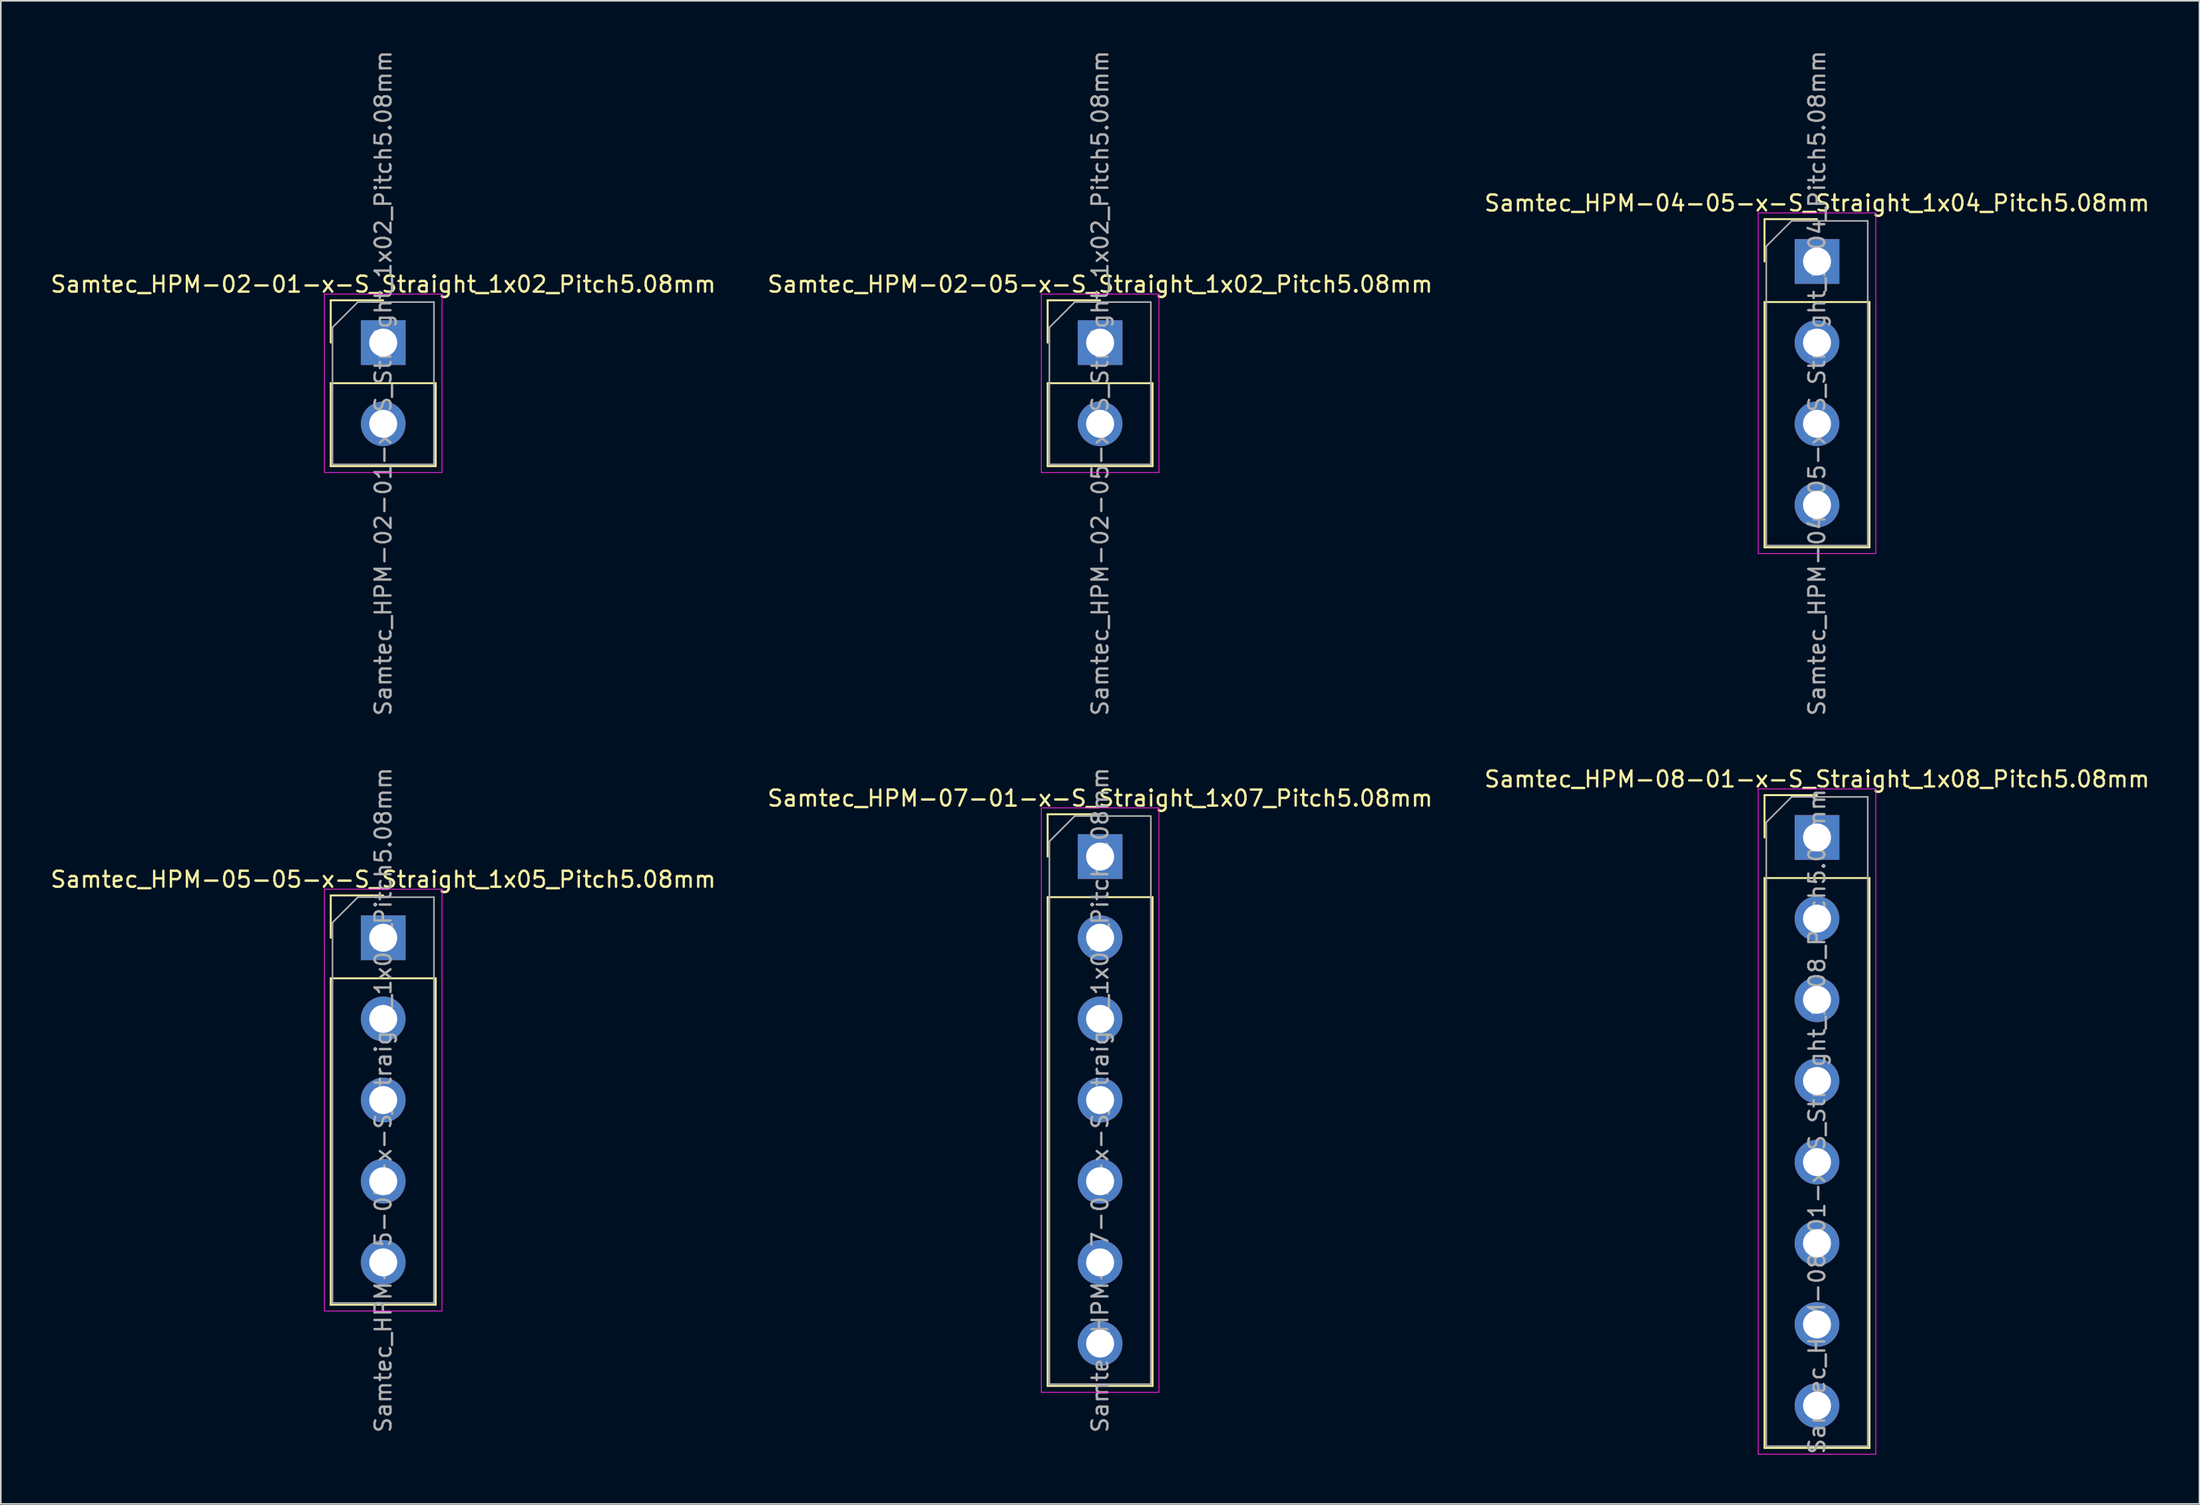
<source format=kicad_pcb>
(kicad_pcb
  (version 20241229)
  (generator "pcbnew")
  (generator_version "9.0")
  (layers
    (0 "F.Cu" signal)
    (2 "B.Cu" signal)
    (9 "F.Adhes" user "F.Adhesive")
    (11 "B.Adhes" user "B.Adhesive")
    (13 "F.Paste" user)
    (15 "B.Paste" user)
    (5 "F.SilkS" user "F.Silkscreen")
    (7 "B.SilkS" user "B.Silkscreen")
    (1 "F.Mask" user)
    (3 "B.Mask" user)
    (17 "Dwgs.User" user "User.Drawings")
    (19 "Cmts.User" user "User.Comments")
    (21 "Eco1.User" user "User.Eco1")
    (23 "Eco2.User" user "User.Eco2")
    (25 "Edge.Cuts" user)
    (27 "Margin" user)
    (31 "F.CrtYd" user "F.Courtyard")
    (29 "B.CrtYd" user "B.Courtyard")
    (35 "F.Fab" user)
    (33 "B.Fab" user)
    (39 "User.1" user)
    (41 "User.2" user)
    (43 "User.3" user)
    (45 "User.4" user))
  (footprint "Samtec_HPM-02-05-x-S_Straight_1x02_Pitch5.08mm"
    (layer "F.Cu")
    (at 65.804 18.395)
    (property "Reference" "Samtec_HPM-02-05-x-S_Straight_1x02_Pitch5.08mm" (at 0 -3.65 0) (layer "F.SilkS") (effects (font (size 1 1) (thickness 0.15))))
    (attr through_hole)
    (fp_line (start -3.285 -2.65) (end 0 -2.65) (stroke (width 0.12) (type solid)) (layer "F.SilkS"))
    (fp_line (start -3.285 0) (end -3.285 -2.65) (stroke (width 0.12) (type solid)) (layer "F.SilkS"))
    (fp_line (start -3.285 2.54) (end -3.285 7.73) (stroke (width 0.12) (type solid)) (layer "F.SilkS"))
    (fp_line (start -3.285 2.54) (end 3.285 2.54) (stroke (width 0.12) (type solid)) (layer "F.SilkS"))
    (fp_line (start -3.285 7.73) (end 3.285 7.73) (stroke (width 0.12) (type solid)) (layer "F.SilkS"))
    (fp_line (start 3.285 2.54) (end 3.285 7.73) (stroke (width 0.12) (type solid)) (layer "F.SilkS"))
    (fp_line (start -3.68 -3.04) (end -3.68 8.13) (stroke (width 0.05) (type solid)) (layer "F.CrtYd"))
    (fp_line (start -3.68 8.13) (end 3.68 8.13) (stroke (width 0.05) (type solid)) (layer "F.CrtYd"))
    (fp_line (start 3.68 -3.04) (end -3.68 -3.04) (stroke (width 0.05) (type solid)) (layer "F.CrtYd"))
    (fp_line (start 3.68 8.13) (end 3.68 -3.04) (stroke (width 0.05) (type solid)) (layer "F.CrtYd"))
    (fp_line (start -3.175 -0.953) (end -1.587 -2.54) (stroke (width 0.1) (type solid)) (layer "F.Fab"))
    (fp_line (start -3.175 7.62) (end -3.175 -0.953) (stroke (width 0.1) (type solid)) (layer "F.Fab"))
    (fp_line (start -1.587 -2.54) (end 3.175 -2.54) (stroke (width 0.1) (type solid)) (layer "F.Fab"))
    (fp_line (start 3.175 -2.54) (end 3.175 7.62) (stroke (width 0.1) (type solid)) (layer "F.Fab"))
    (fp_line (start 3.175 7.62) (end -3.175 7.62) (stroke (width 0.1) (type solid)) (layer "F.Fab"))
    (fp_text user "${REFERENCE}" (at 0 2.54 90) (layer "F.Fab") (effects (font (size 1 1) (thickness 0.15))))
    (pad "1" thru_hole rect (at 0 0) (size 2.8 2.8) (drill 1.75) (layers "*.Cu" "*.Mask"))
    (pad "2" thru_hole circle (at 0 5.08) (size 2.8 2.8) (drill 1.75) (layers "*.Cu" "*.Mask")))
  (footprint "Samtec_HPM-02-01-x-S_Straight_1x02_Pitch5.08mm"
    (layer "F.Cu")
    (at 20.935 18.395)
    (property "Reference" "Samtec_HPM-02-01-x-S_Straight_1x02_Pitch5.08mm" (at 0 -3.65 0) (layer "F.SilkS") (effects (font (size 1 1) (thickness 0.15))))
    (attr through_hole)
    (fp_line (start -3.285 -2.65) (end 0 -2.65) (stroke (width 0.12) (type solid)) (layer "F.SilkS"))
    (fp_line (start -3.285 0) (end -3.285 -2.65) (stroke (width 0.12) (type solid)) (layer "F.SilkS"))
    (fp_line (start -3.285 2.54) (end -3.285 7.73) (stroke (width 0.12) (type solid)) (layer "F.SilkS"))
    (fp_line (start -3.285 2.54) (end 3.285 2.54) (stroke (width 0.12) (type solid)) (layer "F.SilkS"))
    (fp_line (start -3.285 7.73) (end 3.285 7.73) (stroke (width 0.12) (type solid)) (layer "F.SilkS"))
    (fp_line (start 3.285 2.54) (end 3.285 7.73) (stroke (width 0.12) (type solid)) (layer "F.SilkS"))
    (fp_line (start -3.68 -3.04) (end -3.68 8.13) (stroke (width 0.05) (type solid)) (layer "F.CrtYd"))
    (fp_line (start -3.68 8.13) (end 3.68 8.13) (stroke (width 0.05) (type solid)) (layer "F.CrtYd"))
    (fp_line (start 3.68 -3.04) (end -3.68 -3.04) (stroke (width 0.05) (type solid)) (layer "F.CrtYd"))
    (fp_line (start 3.68 8.13) (end 3.68 -3.04) (stroke (width 0.05) (type solid)) (layer "F.CrtYd"))
    (fp_line (start -3.175 -0.953) (end -1.587 -2.54) (stroke (width 0.1) (type solid)) (layer "F.Fab"))
    (fp_line (start -3.175 7.62) (end -3.175 -0.953) (stroke (width 0.1) (type solid)) (layer "F.Fab"))
    (fp_line (start -1.587 -2.54) (end 3.175 -2.54) (stroke (width 0.1) (type solid)) (layer "F.Fab"))
    (fp_line (start 3.175 -2.54) (end 3.175 7.62) (stroke (width 0.1) (type solid)) (layer "F.Fab"))
    (fp_line (start 3.175 7.62) (end -3.175 7.62) (stroke (width 0.1) (type solid)) (layer "F.Fab"))
    (fp_text user "${REFERENCE}" (at 0 2.54 90) (layer "F.Fab") (effects (font (size 1 1) (thickness 0.15))))
    (pad "1" thru_hole rect (at 0 0) (size 2.8 2.8) (drill 1.75) (layers "*.Cu" "*.Mask"))
    (pad "2" thru_hole circle (at 0 5.08) (size 2.8 2.8) (drill 1.75) (layers "*.Cu" "*.Mask")))
  (footprint "Samtec_HPM-05-05-x-S_Straight_1x05_Pitch5.08mm"
    (layer "F.Cu")
    (at 20.935 55.644)
    (property "Reference" "Samtec_HPM-05-05-x-S_Straight_1x05_Pitch5.08mm" (at 0 -3.65 0) (layer "F.SilkS") (effects (font (size 1 1) (thickness 0.15))))
    (attr through_hole)
    (fp_line (start -3.285 -2.65) (end 0 -2.65) (stroke (width 0.12) (type solid)) (layer "F.SilkS"))
    (fp_line (start -3.285 0) (end -3.285 -2.65) (stroke (width 0.12) (type solid)) (layer "F.SilkS"))
    (fp_line (start -3.285 2.54) (end -3.285 22.97) (stroke (width 0.12) (type solid)) (layer "F.SilkS"))
    (fp_line (start -3.285 2.54) (end 3.285 2.54) (stroke (width 0.12) (type solid)) (layer "F.SilkS"))
    (fp_line (start -3.285 22.97) (end 3.285 22.97) (stroke (width 0.12) (type solid)) (layer "F.SilkS"))
    (fp_line (start 3.285 2.54) (end 3.285 22.97) (stroke (width 0.12) (type solid)) (layer "F.SilkS"))
    (fp_line (start -3.68 -3.04) (end -3.68 23.36) (stroke (width 0.05) (type solid)) (layer "F.CrtYd"))
    (fp_line (start -3.68 23.36) (end 3.68 23.36) (stroke (width 0.05) (type solid)) (layer "F.CrtYd"))
    (fp_line (start 3.68 -3.04) (end -3.68 -3.04) (stroke (width 0.05) (type solid)) (layer "F.CrtYd"))
    (fp_line (start 3.68 23.36) (end 3.68 -3.04) (stroke (width 0.05) (type solid)) (layer "F.CrtYd"))
    (fp_line (start -3.175 -0.953) (end -1.587 -2.54) (stroke (width 0.1) (type solid)) (layer "F.Fab"))
    (fp_line (start -3.175 22.86) (end -3.175 -0.953) (stroke (width 0.1) (type solid)) (layer "F.Fab"))
    (fp_line (start -1.587 -2.54) (end 3.175 -2.54) (stroke (width 0.1) (type solid)) (layer "F.Fab"))
    (fp_line (start 3.175 -2.54) (end 3.175 22.86) (stroke (width 0.1) (type solid)) (layer "F.Fab"))
    (fp_line (start 3.175 22.86) (end -3.175 22.86) (stroke (width 0.1) (type solid)) (layer "F.Fab"))
    (fp_text user "${REFERENCE}" (at 0 10.16 90) (layer "F.Fab") (effects (font (size 1 1) (thickness 0.15))))
    (pad "1" thru_hole rect (at 0 0) (size 2.8 2.8) (drill 1.75) (layers "*.Cu" "*.Mask"))
    (pad "2" thru_hole circle (at 0 5.08) (size 2.8 2.8) (drill 1.75) (layers "*.Cu" "*.Mask"))
    (pad "3" thru_hole circle (at 0 10.16) (size 2.8 2.8) (drill 1.75) (layers "*.Cu" "*.Mask"))
    (pad "4" thru_hole circle (at 0 15.24) (size 2.8 2.8) (drill 1.75) (layers "*.Cu" "*.Mask"))
    (pad "5" thru_hole circle (at 0 20.32) (size 2.8 2.8) (drill 1.75) (layers "*.Cu" "*.Mask")))
  (footprint "Samtec_HPM-04-05-x-S_Straight_1x04_Pitch5.08mm"
    (layer "F.Cu")
    (at 110.673 13.315)
    (property "Reference" "Samtec_HPM-04-05-x-S_Straight_1x04_Pitch5.08mm" (at 0 -3.65 0) (layer "F.SilkS") (effects (font (size 1 1) (thickness 0.15))))
    (attr through_hole)
    (fp_line (start -3.285 -2.65) (end 0 -2.65) (stroke (width 0.12) (type solid)) (layer "F.SilkS"))
    (fp_line (start -3.285 0) (end -3.285 -2.65) (stroke (width 0.12) (type solid)) (layer "F.SilkS"))
    (fp_line (start -3.285 2.54) (end -3.285 17.89) (stroke (width 0.12) (type solid)) (layer "F.SilkS"))
    (fp_line (start -3.285 2.54) (end 3.285 2.54) (stroke (width 0.12) (type solid)) (layer "F.SilkS"))
    (fp_line (start -3.285 17.89) (end 3.285 17.89) (stroke (width 0.12) (type solid)) (layer "F.SilkS"))
    (fp_line (start 3.285 2.54) (end 3.285 17.89) (stroke (width 0.12) (type solid)) (layer "F.SilkS"))
    (fp_line (start -3.68 -3.04) (end -3.68 18.28) (stroke (width 0.05) (type solid)) (layer "F.CrtYd"))
    (fp_line (start -3.68 18.28) (end 3.68 18.28) (stroke (width 0.05) (type solid)) (layer "F.CrtYd"))
    (fp_line (start 3.68 -3.04) (end -3.68 -3.04) (stroke (width 0.05) (type solid)) (layer "F.CrtYd"))
    (fp_line (start 3.68 18.28) (end 3.68 -3.04) (stroke (width 0.05) (type solid)) (layer "F.CrtYd"))
    (fp_line (start -3.175 -0.953) (end -1.587 -2.54) (stroke (width 0.1) (type solid)) (layer "F.Fab"))
    (fp_line (start -3.175 17.78) (end -3.175 -0.953) (stroke (width 0.1) (type solid)) (layer "F.Fab"))
    (fp_line (start -1.587 -2.54) (end 3.175 -2.54) (stroke (width 0.1) (type solid)) (layer "F.Fab"))
    (fp_line (start 3.175 -2.54) (end 3.175 17.78) (stroke (width 0.1) (type solid)) (layer "F.Fab"))
    (fp_line (start 3.175 17.78) (end -3.175 17.78) (stroke (width 0.1) (type solid)) (layer "F.Fab"))
    (fp_text user "${REFERENCE}" (at 0 7.62 90) (layer "F.Fab") (effects (font (size 1 1) (thickness 0.15))))
    (pad "1" thru_hole rect (at 0 0) (size 2.8 2.8) (drill 1.75) (layers "*.Cu" "*.Mask"))
    (pad "2" thru_hole circle (at 0 5.08) (size 2.8 2.8) (drill 1.75) (layers "*.Cu" "*.Mask"))
    (pad "3" thru_hole circle (at 0 10.16) (size 2.8 2.8) (drill 1.75) (layers "*.Cu" "*.Mask"))
    (pad "4" thru_hole circle (at 0 15.24) (size 2.8 2.8) (drill 1.75) (layers "*.Cu" "*.Mask")))
  (footprint "Samtec_HPM-08-01-x-S_Straight_1x08_Pitch5.08mm"
    (layer "F.Cu")
    (at 110.673 49.367)
    (property "Reference" "Samtec_HPM-08-01-x-S_Straight_1x08_Pitch5.08mm" (at 0 -3.65 0) (layer "F.SilkS") (effects (font (size 1 1) (thickness 0.15))))
    (attr through_hole)
    (fp_line (start -3.285 -2.65) (end 0 -2.65) (stroke (width 0.12) (type solid)) (layer "F.SilkS"))
    (fp_line (start -3.285 0) (end -3.285 -2.65) (stroke (width 0.12) (type solid)) (layer "F.SilkS"))
    (fp_line (start -3.285 2.54) (end -3.285 38.21) (stroke (width 0.12) (type solid)) (layer "F.SilkS"))
    (fp_line (start -3.285 2.54) (end 3.285 2.54) (stroke (width 0.12) (type solid)) (layer "F.SilkS"))
    (fp_line (start -3.285 38.21) (end 3.285 38.21) (stroke (width 0.12) (type solid)) (layer "F.SilkS"))
    (fp_line (start 3.285 2.54) (end 3.285 38.21) (stroke (width 0.12) (type solid)) (layer "F.SilkS"))
    (fp_line (start -3.68 -3.04) (end -3.68 38.6) (stroke (width 0.05) (type solid)) (layer "F.CrtYd"))
    (fp_line (start -3.68 38.6) (end 3.68 38.6) (stroke (width 0.05) (type solid)) (layer "F.CrtYd"))
    (fp_line (start 3.68 -3.04) (end -3.68 -3.04) (stroke (width 0.05) (type solid)) (layer "F.CrtYd"))
    (fp_line (start 3.68 38.6) (end 3.68 -3.04) (stroke (width 0.05) (type solid)) (layer "F.CrtYd"))
    (fp_line (start -3.175 -0.953) (end -1.587 -2.54) (stroke (width 0.1) (type solid)) (layer "F.Fab"))
    (fp_line (start -3.175 38.1) (end -3.175 -0.953) (stroke (width 0.1) (type solid)) (layer "F.Fab"))
    (fp_line (start -1.587 -2.54) (end 3.175 -2.54) (stroke (width 0.1) (type solid)) (layer "F.Fab"))
    (fp_line (start 3.175 -2.54) (end 3.175 38.1) (stroke (width 0.1) (type solid)) (layer "F.Fab"))
    (fp_line (start 3.175 38.1) (end -3.175 38.1) (stroke (width 0.1) (type solid)) (layer "F.Fab"))
    (fp_text user "${REFERENCE}" (at 0 17.78 90) (layer "F.Fab") (effects (font (size 1 1) (thickness 0.15))))
    (pad "1" thru_hole rect (at 0 0) (size 2.8 2.8) (drill 1.75) (layers "*.Cu" "*.Mask"))
    (pad "2" thru_hole circle (at 0 5.08) (size 2.8 2.8) (drill 1.75) (layers "*.Cu" "*.Mask"))
    (pad "3" thru_hole circle (at 0 10.16) (size 2.8 2.8) (drill 1.75) (layers "*.Cu" "*.Mask"))
    (pad "4" thru_hole circle (at 0 15.24) (size 2.8 2.8) (drill 1.75) (layers "*.Cu" "*.Mask"))
    (pad "5" thru_hole circle (at 0 20.32) (size 2.8 2.8) (drill 1.75) (layers "*.Cu" "*.Mask"))
    (pad "6" thru_hole circle (at 0 25.4) (size 2.8 2.8) (drill 1.75) (layers "*.Cu" "*.Mask"))
    (pad "7" thru_hole circle (at 0 30.48) (size 2.8 2.8) (drill 1.75) (layers "*.Cu" "*.Mask"))
    (pad "8" thru_hole circle (at 0 35.56) (size 2.8 2.8) (drill 1.75) (layers "*.Cu" "*.Mask")))
  (footprint "Samtec_HPM-07-01-x-S_Straight_1x07_Pitch5.08mm"
    (layer "F.Cu")
    (at 65.804 50.564)
    (property "Reference" "Samtec_HPM-07-01-x-S_Straight_1x07_Pitch5.08mm" (at 0 -3.65 0) (layer "F.SilkS") (effects (font (size 1 1) (thickness 0.15))))
    (attr through_hole)
    (fp_line (start -3.285 -2.65) (end 0 -2.65) (stroke (width 0.12) (type solid)) (layer "F.SilkS"))
    (fp_line (start -3.285 0) (end -3.285 -2.65) (stroke (width 0.12) (type solid)) (layer "F.SilkS"))
    (fp_line (start -3.285 2.54) (end -3.285 33.13) (stroke (width 0.12) (type solid)) (layer "F.SilkS"))
    (fp_line (start -3.285 2.54) (end 3.285 2.54) (stroke (width 0.12) (type solid)) (layer "F.SilkS"))
    (fp_line (start -3.285 33.13) (end 3.285 33.13) (stroke (width 0.12) (type solid)) (layer "F.SilkS"))
    (fp_line (start 3.285 2.54) (end 3.285 33.13) (stroke (width 0.12) (type solid)) (layer "F.SilkS"))
    (fp_line (start -3.68 -3.05) (end -3.68 33.53) (stroke (width 0.05) (type solid)) (layer "F.CrtYd"))
    (fp_line (start -3.68 33.53) (end 3.68 33.53) (stroke (width 0.05) (type solid)) (layer "F.CrtYd"))
    (fp_line (start 3.68 -3.05) (end -3.68 -3.05) (stroke (width 0.05) (type solid)) (layer "F.CrtYd"))
    (fp_line (start 3.68 33.53) (end 3.68 -3.05) (stroke (width 0.05) (type solid)) (layer "F.CrtYd"))
    (fp_line (start -3.175 -0.953) (end -1.587 -2.54) (stroke (width 0.1) (type solid)) (layer "F.Fab"))
    (fp_line (start -3.175 33.02) (end -3.175 -0.953) (stroke (width 0.1) (type solid)) (layer "F.Fab"))
    (fp_line (start -1.587 -2.54) (end 3.175 -2.54) (stroke (width 0.1) (type solid)) (layer "F.Fab"))
    (fp_line (start 3.175 -2.54) (end 3.175 33.02) (stroke (width 0.1) (type solid)) (layer "F.Fab"))
    (fp_line (start 3.175 33.02) (end -3.175 33.02) (stroke (width 0.1) (type solid)) (layer "F.Fab"))
    (fp_text user "${REFERENCE}" (at 0 15.24 90) (layer "F.Fab") (effects (font (size 1 1) (thickness 0.15))))
    (pad "1" thru_hole rect (at 0 0) (size 2.8 2.8) (drill 1.75) (layers "*.Cu" "*.Mask"))
    (pad "2" thru_hole circle (at 0 5.08) (size 2.8 2.8) (drill 1.75) (layers "*.Cu" "*.Mask"))
    (pad "3" thru_hole circle (at 0 10.16) (size 2.8 2.8) (drill 1.75) (layers "*.Cu" "*.Mask"))
    (pad "4" thru_hole circle (at 0 15.24) (size 2.8 2.8) (drill 1.75) (layers "*.Cu" "*.Mask"))
    (pad "5" thru_hole circle (at 0 20.32) (size 2.8 2.8) (drill 1.75) (layers "*.Cu" "*.Mask"))
    (pad "6" thru_hole circle (at 0 25.4) (size 2.8 2.8) (drill 1.75) (layers "*.Cu" "*.Mask"))
    (pad "7" thru_hole circle (at 0 30.48) (size 2.8 2.8) (drill 1.75) (layers "*.Cu" "*.Mask")))
  (gr_rect
    (start -3 -3)
    (end 134.607 91.082)
    (stroke (width 0.1) (type default))
    (fill no)
    (layer "Edge.Cuts")))
</source>
